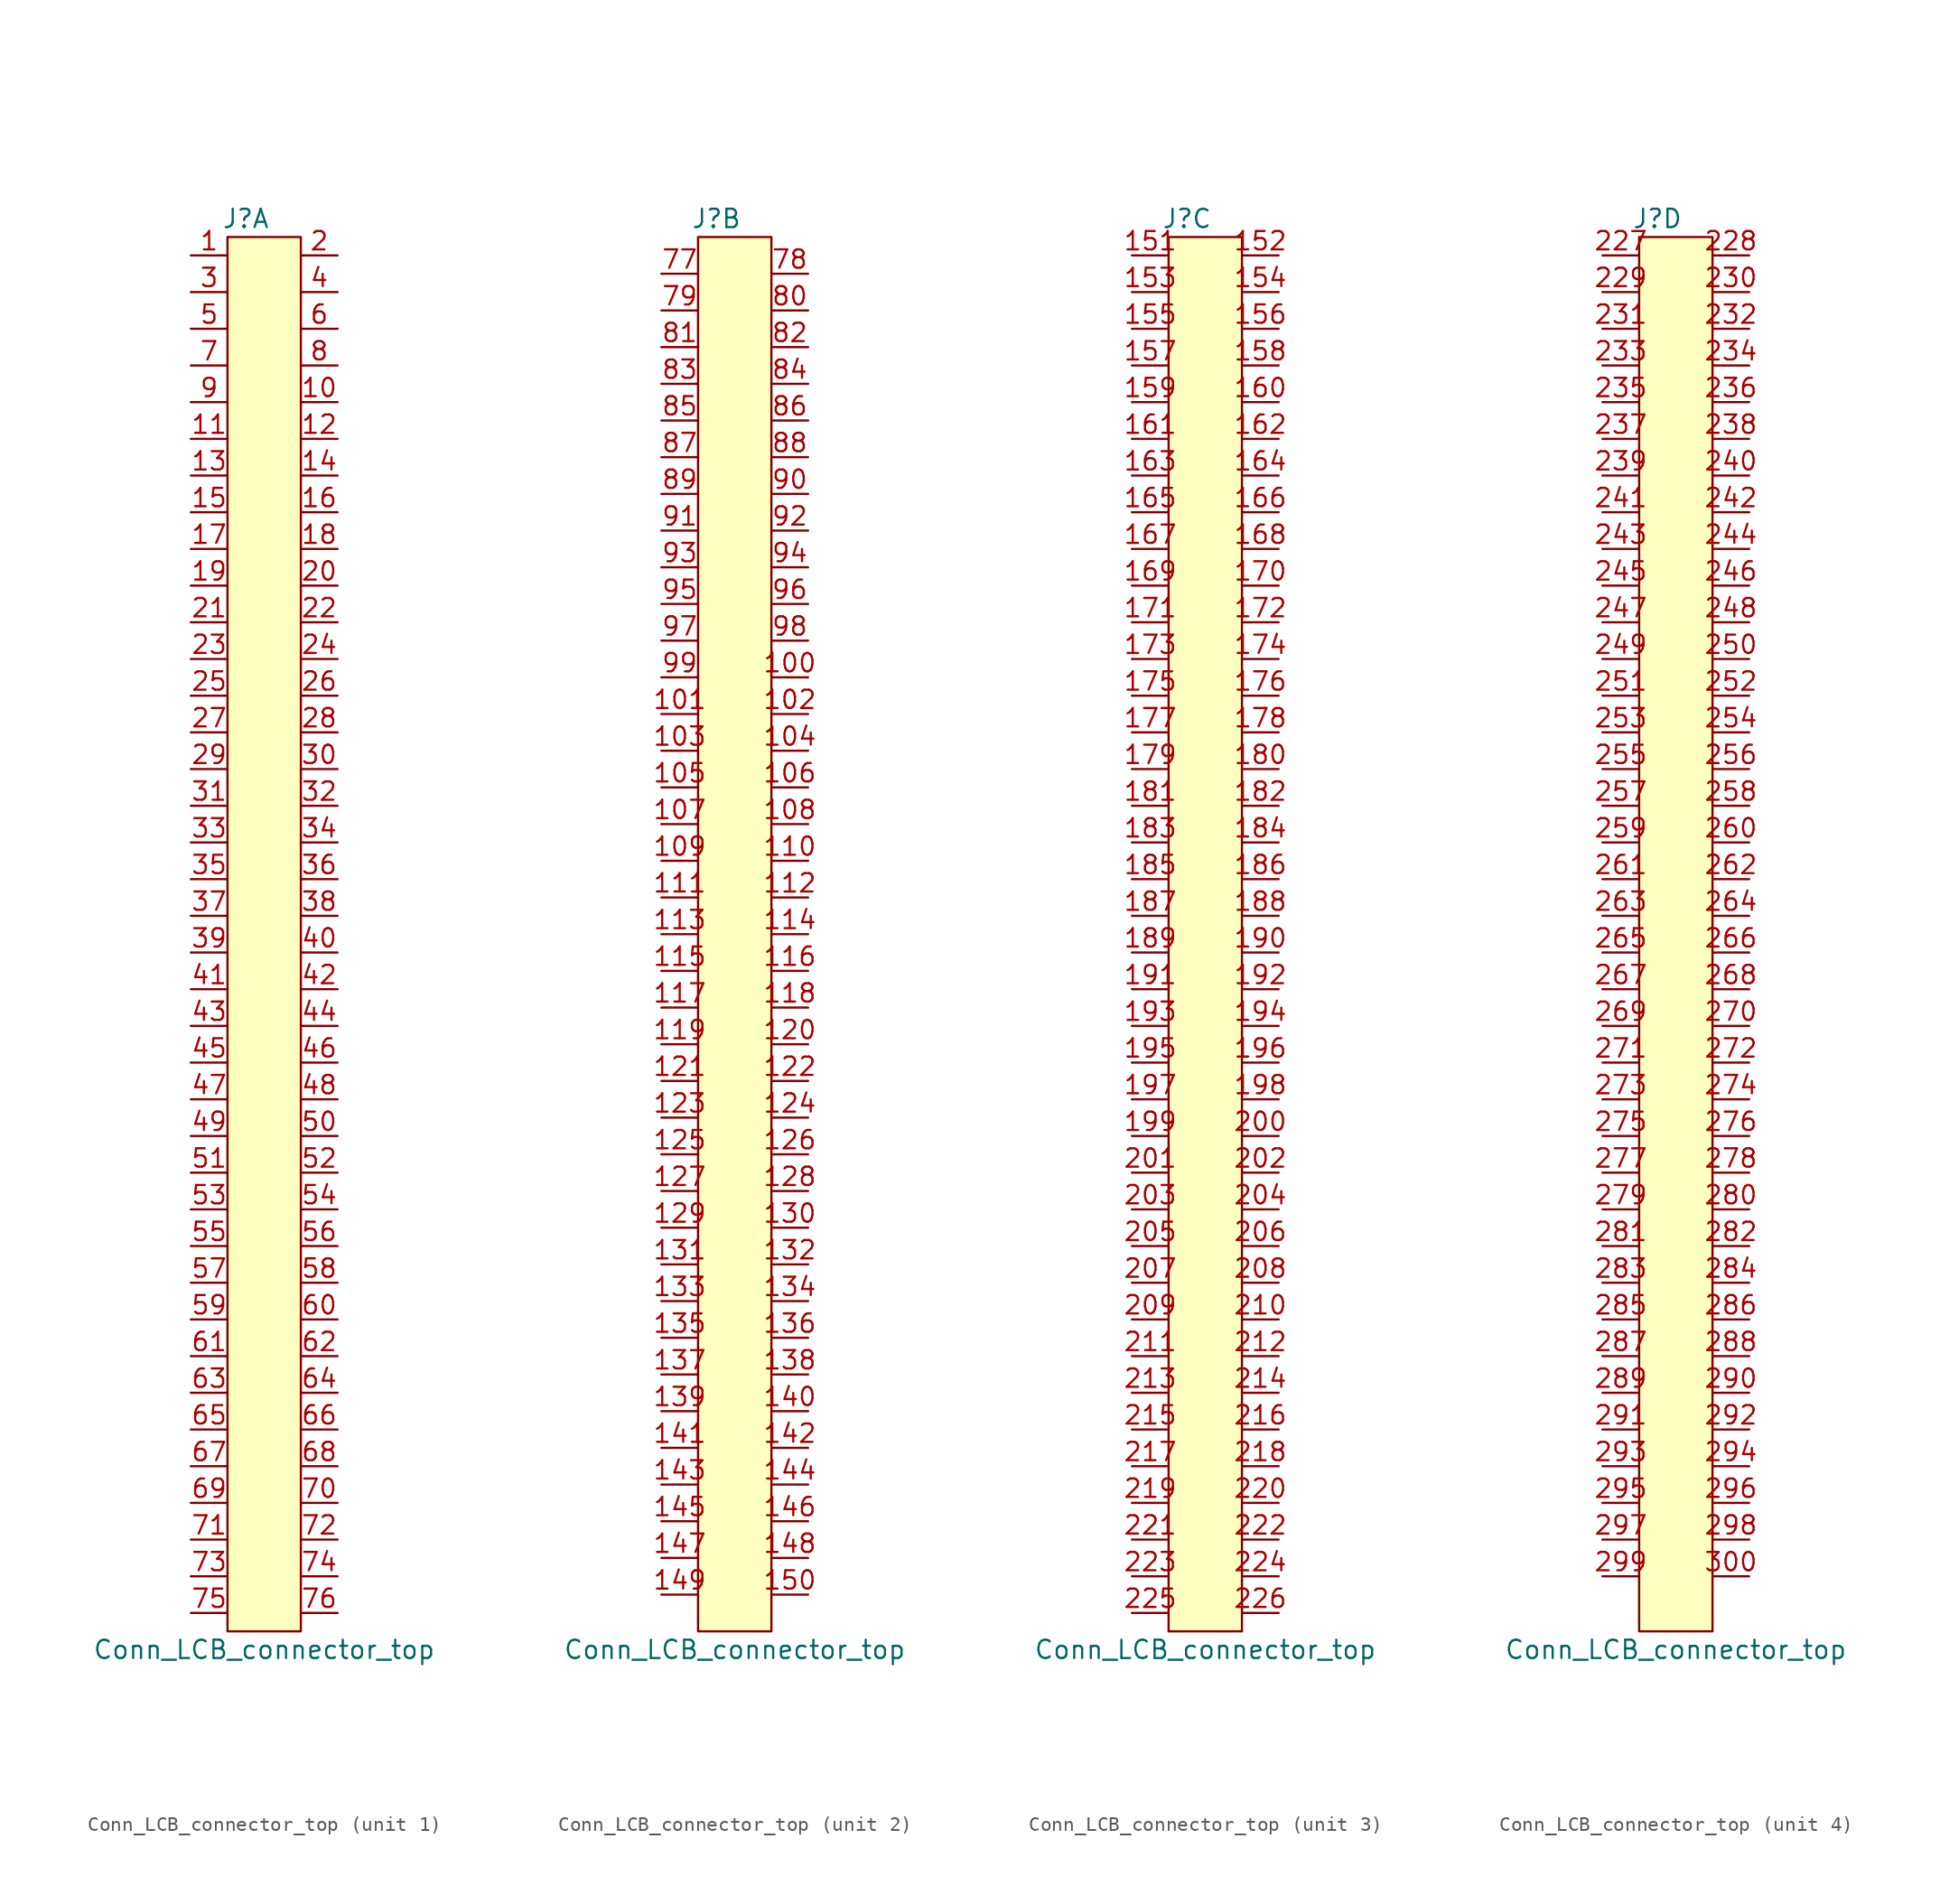
<source format=kicad_sym>
(kicad_symbol_lib
  (version 20211014)
  (generator kicad_symbol_editor)
  (symbol "Conn_LCB_connector_top"
    (pin_names hide)
    (property "Reference" "J"
      (at -1.27 50.8 0)
      (effects (font (size 1.27 1.27))))
    (property "Value" "Conn_LCB_connector_top"
      (at 0 -48.26 0)
      (effects (font (size 1.27 1.27))))
    (property "ki_locked" ""
      (at 0 0 0)
      (effects (font (size 1.27 1.27))))
    (symbol "Conn_LCB_connector_top_1_1"
      (rectangle (start -2.54 49.53) (end 2.54 -46.99) (stroke (width 0) (type default) (color 0 0 0 0)) (fill (type background)))
      (pin passive line (at -5.08 48.26 0) (length 2.54) (name "1" (effects (font (size 1.27 1.27)))) (number "1" (effects (font (size 1.27 1.27)))))
      (pin passive line (at 5.08 38.1 180) (length 2.54) (name "10" (effects (font (size 1.27 1.27)))) (number "10" (effects (font (size 1.27 1.27)))))
      (pin passive line (at -5.08 35.56 0) (length 2.54) (name "11" (effects (font (size 1.27 1.27)))) (number "11" (effects (font (size 1.27 1.27)))))
      (pin passive line (at 5.08 35.56 180) (length 2.54) (name "12" (effects (font (size 1.27 1.27)))) (number "12" (effects (font (size 1.27 1.27)))))
      (pin passive line (at -5.08 33.02 0) (length 2.54) (name "13" (effects (font (size 1.27 1.27)))) (number "13" (effects (font (size 1.27 1.27)))))
      (pin passive line (at 5.08 33.02 180) (length 2.54) (name "14" (effects (font (size 1.27 1.27)))) (number "14" (effects (font (size 1.27 1.27)))))
      (pin passive line (at -5.08 30.48 0) (length 2.54) (name "15" (effects (font (size 1.27 1.27)))) (number "15" (effects (font (size 1.27 1.27)))))
      (pin passive line (at 5.08 30.48 180) (length 2.54) (name "16" (effects (font (size 1.27 1.27)))) (number "16" (effects (font (size 1.27 1.27)))))
      (pin passive line (at -5.08 27.94 0) (length 2.54) (name "17" (effects (font (size 1.27 1.27)))) (number "17" (effects (font (size 1.27 1.27)))))
      (pin passive line (at 5.08 27.94 180) (length 2.54) (name "18" (effects (font (size 1.27 1.27)))) (number "18" (effects (font (size 1.27 1.27)))))
      (pin passive line (at -5.08 25.4 0) (length 2.54) (name "19" (effects (font (size 1.27 1.27)))) (number "19" (effects (font (size 1.27 1.27)))))
      (pin passive line (at 5.08 48.26 180) (length 2.54) (name "2" (effects (font (size 1.27 1.27)))) (number "2" (effects (font (size 1.27 1.27)))))
      (pin passive line (at 5.08 25.4 180) (length 2.54) (name "20" (effects (font (size 1.27 1.27)))) (number "20" (effects (font (size 1.27 1.27)))))
      (pin passive line (at -5.08 22.86 0) (length 2.54) (name "21" (effects (font (size 1.27 1.27)))) (number "21" (effects (font (size 1.27 1.27)))))
      (pin passive line (at 5.08 22.86 180) (length 2.54) (name "22" (effects (font (size 1.27 1.27)))) (number "22" (effects (font (size 1.27 1.27)))))
      (pin passive line (at -5.08 20.32 0) (length 2.54) (name "23" (effects (font (size 1.27 1.27)))) (number "23" (effects (font (size 1.27 1.27)))))
      (pin passive line (at 5.08 20.32 180) (length 2.54) (name "24" (effects (font (size 1.27 1.27)))) (number "24" (effects (font (size 1.27 1.27)))))
      (pin passive line (at -5.08 17.78 0) (length 2.54) (name "25" (effects (font (size 1.27 1.27)))) (number "25" (effects (font (size 1.27 1.27)))))
      (pin passive line (at 5.08 17.78 180) (length 2.54) (name "26" (effects (font (size 1.27 1.27)))) (number "26" (effects (font (size 1.27 1.27)))))
      (pin passive line (at -5.08 15.24 0) (length 2.54) (name "27" (effects (font (size 1.27 1.27)))) (number "27" (effects (font (size 1.27 1.27)))))
      (pin passive line (at 5.08 15.24 180) (length 2.54) (name "28" (effects (font (size 1.27 1.27)))) (number "28" (effects (font (size 1.27 1.27)))))
      (pin passive line (at -5.08 12.7 0) (length 2.54) (name "29" (effects (font (size 1.27 1.27)))) (number "29" (effects (font (size 1.27 1.27)))))
      (pin passive line (at -5.08 45.72 0) (length 2.54) (name "3" (effects (font (size 1.27 1.27)))) (number "3" (effects (font (size 1.27 1.27)))))
      (pin passive line (at 5.08 12.7 180) (length 2.54) (name "30" (effects (font (size 1.27 1.27)))) (number "30" (effects (font (size 1.27 1.27)))))
      (pin passive line (at -5.08 10.16 0) (length 2.54) (name "31" (effects (font (size 1.27 1.27)))) (number "31" (effects (font (size 1.27 1.27)))))
      (pin passive line (at 5.08 10.16 180) (length 2.54) (name "32" (effects (font (size 1.27 1.27)))) (number "32" (effects (font (size 1.27 1.27)))))
      (pin passive line (at -5.08 7.62 0) (length 2.54) (name "33" (effects (font (size 1.27 1.27)))) (number "33" (effects (font (size 1.27 1.27)))))
      (pin passive line (at 5.08 7.62 180) (length 2.54) (name "34" (effects (font (size 1.27 1.27)))) (number "34" (effects (font (size 1.27 1.27)))))
      (pin passive line (at -5.08 5.08 0) (length 2.54) (name "35" (effects (font (size 1.27 1.27)))) (number "35" (effects (font (size 1.27 1.27)))))
      (pin passive line (at 5.08 5.08 180) (length 2.54) (name "36" (effects (font (size 1.27 1.27)))) (number "36" (effects (font (size 1.27 1.27)))))
      (pin passive line (at -5.08 2.54 0) (length 2.54) (name "37" (effects (font (size 1.27 1.27)))) (number "37" (effects (font (size 1.27 1.27)))))
      (pin passive line (at 5.08 2.54 180) (length 2.54) (name "38" (effects (font (size 1.27 1.27)))) (number "38" (effects (font (size 1.27 1.27)))))
      (pin passive line (at -5.08 0 0) (length 2.54) (name "39" (effects (font (size 1.27 1.27)))) (number "39" (effects (font (size 1.27 1.27)))))
      (pin passive line (at 5.08 45.72 180) (length 2.54) (name "4" (effects (font (size 1.27 1.27)))) (number "4" (effects (font (size 1.27 1.27)))))
      (pin passive line (at 5.08 0 180) (length 2.54) (name "40" (effects (font (size 1.27 1.27)))) (number "40" (effects (font (size 1.27 1.27)))))
      (pin passive line (at -5.08 -2.54 0) (length 2.54) (name "41" (effects (font (size 1.27 1.27)))) (number "41" (effects (font (size 1.27 1.27)))))
      (pin passive line (at 5.08 -2.54 180) (length 2.54) (name "42" (effects (font (size 1.27 1.27)))) (number "42" (effects (font (size 1.27 1.27)))))
      (pin passive line (at -5.08 -5.08 0) (length 2.54) (name "43" (effects (font (size 1.27 1.27)))) (number "43" (effects (font (size 1.27 1.27)))))
      (pin passive line (at 5.08 -5.08 180) (length 2.54) (name "44" (effects (font (size 1.27 1.27)))) (number "44" (effects (font (size 1.27 1.27)))))
      (pin passive line (at -5.08 -7.62 0) (length 2.54) (name "45" (effects (font (size 1.27 1.27)))) (number "45" (effects (font (size 1.27 1.27)))))
      (pin passive line (at 5.08 -7.62 180) (length 2.54) (name "46" (effects (font (size 1.27 1.27)))) (number "46" (effects (font (size 1.27 1.27)))))
      (pin passive line (at -5.08 -10.16 0) (length 2.54) (name "47" (effects (font (size 1.27 1.27)))) (number "47" (effects (font (size 1.27 1.27)))))
      (pin passive line (at 5.08 -10.16 180) (length 2.54) (name "48" (effects (font (size 1.27 1.27)))) (number "48" (effects (font (size 1.27 1.27)))))
      (pin passive line (at -5.08 -12.7 0) (length 2.54) (name "49" (effects (font (size 1.27 1.27)))) (number "49" (effects (font (size 1.27 1.27)))))
      (pin passive line (at -5.08 43.18 0) (length 2.54) (name "5" (effects (font (size 1.27 1.27)))) (number "5" (effects (font (size 1.27 1.27)))))
      (pin passive line (at 5.08 -12.7 180) (length 2.54) (name "50" (effects (font (size 1.27 1.27)))) (number "50" (effects (font (size 1.27 1.27)))))
      (pin passive line (at -5.08 -15.24 0) (length 2.54) (name "51" (effects (font (size 1.27 1.27)))) (number "51" (effects (font (size 1.27 1.27)))))
      (pin passive line (at 5.08 -15.24 180) (length 2.54) (name "52" (effects (font (size 1.27 1.27)))) (number "52" (effects (font (size 1.27 1.27)))))
      (pin passive line (at -5.08 -17.78 0) (length 2.54) (name "53" (effects (font (size 1.27 1.27)))) (number "53" (effects (font (size 1.27 1.27)))))
      (pin passive line (at 5.08 -17.78 180) (length 2.54) (name "54" (effects (font (size 1.27 1.27)))) (number "54" (effects (font (size 1.27 1.27)))))
      (pin passive line (at -5.08 -20.32 0) (length 2.54) (name "55" (effects (font (size 1.27 1.27)))) (number "55" (effects (font (size 1.27 1.27)))))
      (pin passive line (at 5.08 -20.32 180) (length 2.54) (name "56" (effects (font (size 1.27 1.27)))) (number "56" (effects (font (size 1.27 1.27)))))
      (pin passive line (at -5.08 -22.86 0) (length 2.54) (name "57" (effects (font (size 1.27 1.27)))) (number "57" (effects (font (size 1.27 1.27)))))
      (pin passive line (at 5.08 -22.86 180) (length 2.54) (name "58" (effects (font (size 1.27 1.27)))) (number "58" (effects (font (size 1.27 1.27)))))
      (pin passive line (at -5.08 -25.4 0) (length 2.54) (name "59" (effects (font (size 1.27 1.27)))) (number "59" (effects (font (size 1.27 1.27)))))
      (pin passive line (at 5.08 43.18 180) (length 2.54) (name "6" (effects (font (size 1.27 1.27)))) (number "6" (effects (font (size 1.27 1.27)))))
      (pin passive line (at 5.08 -25.4 180) (length 2.54) (name "60" (effects (font (size 1.27 1.27)))) (number "60" (effects (font (size 1.27 1.27)))))
      (pin passive line (at -5.08 -27.94 0) (length 2.54) (name "61" (effects (font (size 1.27 1.27)))) (number "61" (effects (font (size 1.27 1.27)))))
      (pin passive line (at 5.08 -27.94 180) (length 2.54) (name "62" (effects (font (size 1.27 1.27)))) (number "62" (effects (font (size 1.27 1.27)))))
      (pin passive line (at -5.08 -30.48 0) (length 2.54) (name "63" (effects (font (size 1.27 1.27)))) (number "63" (effects (font (size 1.27 1.27)))))
      (pin passive line (at 5.08 -30.48 180) (length 2.54) (name "64" (effects (font (size 1.27 1.27)))) (number "64" (effects (font (size 1.27 1.27)))))
      (pin passive line (at -5.08 -33.02 0) (length 2.54) (name "65" (effects (font (size 1.27 1.27)))) (number "65" (effects (font (size 1.27 1.27)))))
      (pin passive line (at 5.08 -33.02 180) (length 2.54) (name "66" (effects (font (size 1.27 1.27)))) (number "66" (effects (font (size 1.27 1.27)))))
      (pin passive line (at -5.08 -35.56 0) (length 2.54) (name "67" (effects (font (size 1.27 1.27)))) (number "67" (effects (font (size 1.27 1.27)))))
      (pin passive line (at 5.08 -35.56 180) (length 2.54) (name "68" (effects (font (size 1.27 1.27)))) (number "68" (effects (font (size 1.27 1.27)))))
      (pin passive line (at -5.08 -38.1 0) (length 2.54) (name "69" (effects (font (size 1.27 1.27)))) (number "69" (effects (font (size 1.27 1.27)))))
      (pin passive line (at -5.08 40.64 0) (length 2.54) (name "7" (effects (font (size 1.27 1.27)))) (number "7" (effects (font (size 1.27 1.27)))))
      (pin passive line (at 5.08 -38.1 180) (length 2.54) (name "70" (effects (font (size 1.27 1.27)))) (number "70" (effects (font (size 1.27 1.27)))))
      (pin passive line (at -5.08 -40.64 0) (length 2.54) (name "71" (effects (font (size 1.27 1.27)))) (number "71" (effects (font (size 1.27 1.27)))))
      (pin passive line (at 5.08 -40.64 180) (length 2.54) (name "72" (effects (font (size 1.27 1.27)))) (number "72" (effects (font (size 1.27 1.27)))))
      (pin passive line (at -5.08 -43.18 0) (length 2.54) (name "73" (effects (font (size 1.27 1.27)))) (number "73" (effects (font (size 1.27 1.27)))))
      (pin passive line (at 5.08 -43.18 180) (length 2.54) (name "74" (effects (font (size 1.27 1.27)))) (number "74" (effects (font (size 1.27 1.27)))))
      (pin passive line (at -5.08 -45.72 0) (length 2.54) (name "75" (effects (font (size 1.27 1.27)))) (number "75" (effects (font (size 1.27 1.27)))))
      (pin passive line (at 5.08 -45.72 180) (length 2.54) (name "76" (effects (font (size 1.27 1.27)))) (number "76" (effects (font (size 1.27 1.27)))))
      (pin passive line (at 5.08 40.64 180) (length 2.54) (name "8" (effects (font (size 1.27 1.27)))) (number "8" (effects (font (size 1.27 1.27)))))
      (pin passive line (at -5.08 38.1 0) (length 2.54) (name "9" (effects (font (size 1.27 1.27)))) (number "9" (effects (font (size 1.27 1.27))))))
    (symbol "Conn_LCB_connector_top_2_1"
      (rectangle (start -2.54 49.53) (end 2.54 -46.99) (stroke (width 0) (type default) (color 0 0 0 0)) (fill (type background)))
      (pin passive line (at 5.08 19.05 180) (length 2.54) (name "100" (effects (font (size 1.27 1.27)))) (number "100" (effects (font (size 1.27 1.27)))))
      (pin passive line (at -5.08 16.51 0) (length 2.54) (name "101" (effects (font (size 1.27 1.27)))) (number "101" (effects (font (size 1.27 1.27)))))
      (pin passive line (at 5.08 16.51 180) (length 2.54) (name "102" (effects (font (size 1.27 1.27)))) (number "102" (effects (font (size 1.27 1.27)))))
      (pin passive line (at -5.08 13.97 0) (length 2.54) (name "103" (effects (font (size 1.27 1.27)))) (number "103" (effects (font (size 1.27 1.27)))))
      (pin passive line (at 5.08 13.97 180) (length 2.54) (name "104" (effects (font (size 1.27 1.27)))) (number "104" (effects (font (size 1.27 1.27)))))
      (pin passive line (at -5.08 11.43 0) (length 2.54) (name "105" (effects (font (size 1.27 1.27)))) (number "105" (effects (font (size 1.27 1.27)))))
      (pin passive line (at 5.08 11.43 180) (length 2.54) (name "106" (effects (font (size 1.27 1.27)))) (number "106" (effects (font (size 1.27 1.27)))))
      (pin passive line (at -5.08 8.89 0) (length 2.54) (name "107" (effects (font (size 1.27 1.27)))) (number "107" (effects (font (size 1.27 1.27)))))
      (pin passive line (at 5.08 8.89 180) (length 2.54) (name "108" (effects (font (size 1.27 1.27)))) (number "108" (effects (font (size 1.27 1.27)))))
      (pin passive line (at -5.08 6.35 0) (length 2.54) (name "109" (effects (font (size 1.27 1.27)))) (number "109" (effects (font (size 1.27 1.27)))))
      (pin passive line (at 5.08 6.35 180) (length 2.54) (name "110" (effects (font (size 1.27 1.27)))) (number "110" (effects (font (size 1.27 1.27)))))
      (pin passive line (at -5.08 3.81 0) (length 2.54) (name "111" (effects (font (size 1.27 1.27)))) (number "111" (effects (font (size 1.27 1.27)))))
      (pin passive line (at 5.08 3.81 180) (length 2.54) (name "112" (effects (font (size 1.27 1.27)))) (number "112" (effects (font (size 1.27 1.27)))))
      (pin passive line (at -5.08 1.27 0) (length 2.54) (name "113" (effects (font (size 1.27 1.27)))) (number "113" (effects (font (size 1.27 1.27)))))
      (pin passive line (at 5.08 1.27 180) (length 2.54) (name "114" (effects (font (size 1.27 1.27)))) (number "114" (effects (font (size 1.27 1.27)))))
      (pin passive line (at -5.08 -1.27 0) (length 2.54) (name "115" (effects (font (size 1.27 1.27)))) (number "115" (effects (font (size 1.27 1.27)))))
      (pin passive line (at 5.08 -1.27 180) (length 2.54) (name "116" (effects (font (size 1.27 1.27)))) (number "116" (effects (font (size 1.27 1.27)))))
      (pin passive line (at -5.08 -3.81 0) (length 2.54) (name "117" (effects (font (size 1.27 1.27)))) (number "117" (effects (font (size 1.27 1.27)))))
      (pin passive line (at 5.08 -3.81 180) (length 2.54) (name "118" (effects (font (size 1.27 1.27)))) (number "118" (effects (font (size 1.27 1.27)))))
      (pin passive line (at -5.08 -6.35 0) (length 2.54) (name "119" (effects (font (size 1.27 1.27)))) (number "119" (effects (font (size 1.27 1.27)))))
      (pin passive line (at 5.08 -6.35 180) (length 2.54) (name "120" (effects (font (size 1.27 1.27)))) (number "120" (effects (font (size 1.27 1.27)))))
      (pin passive line (at -5.08 -8.89 0) (length 2.54) (name "121" (effects (font (size 1.27 1.27)))) (number "121" (effects (font (size 1.27 1.27)))))
      (pin passive line (at 5.08 -8.89 180) (length 2.54) (name "122" (effects (font (size 1.27 1.27)))) (number "122" (effects (font (size 1.27 1.27)))))
      (pin passive line (at -5.08 -11.43 0) (length 2.54) (name "123" (effects (font (size 1.27 1.27)))) (number "123" (effects (font (size 1.27 1.27)))))
      (pin passive line (at 5.08 -11.43 180) (length 2.54) (name "124" (effects (font (size 1.27 1.27)))) (number "124" (effects (font (size 1.27 1.27)))))
      (pin passive line (at -5.08 -13.97 0) (length 2.54) (name "125" (effects (font (size 1.27 1.27)))) (number "125" (effects (font (size 1.27 1.27)))))
      (pin passive line (at 5.08 -13.97 180) (length 2.54) (name "126" (effects (font (size 1.27 1.27)))) (number "126" (effects (font (size 1.27 1.27)))))
      (pin passive line (at -5.08 -16.51 0) (length 2.54) (name "127" (effects (font (size 1.27 1.27)))) (number "127" (effects (font (size 1.27 1.27)))))
      (pin passive line (at 5.08 -16.51 180) (length 2.54) (name "128" (effects (font (size 1.27 1.27)))) (number "128" (effects (font (size 1.27 1.27)))))
      (pin passive line (at -5.08 -19.05 0) (length 2.54) (name "129" (effects (font (size 1.27 1.27)))) (number "129" (effects (font (size 1.27 1.27)))))
      (pin passive line (at 5.08 -19.05 180) (length 2.54) (name "130" (effects (font (size 1.27 1.27)))) (number "130" (effects (font (size 1.27 1.27)))))
      (pin passive line (at -5.08 -21.59 0) (length 2.54) (name "131" (effects (font (size 1.27 1.27)))) (number "131" (effects (font (size 1.27 1.27)))))
      (pin passive line (at 5.08 -21.59 180) (length 2.54) (name "132" (effects (font (size 1.27 1.27)))) (number "132" (effects (font (size 1.27 1.27)))))
      (pin passive line (at -5.08 -24.13 0) (length 2.54) (name "133" (effects (font (size 1.27 1.27)))) (number "133" (effects (font (size 1.27 1.27)))))
      (pin passive line (at 5.08 -24.13 180) (length 2.54) (name "134" (effects (font (size 1.27 1.27)))) (number "134" (effects (font (size 1.27 1.27)))))
      (pin passive line (at -5.08 -26.67 0) (length 2.54) (name "135" (effects (font (size 1.27 1.27)))) (number "135" (effects (font (size 1.27 1.27)))))
      (pin passive line (at 5.08 -26.67 180) (length 2.54) (name "136" (effects (font (size 1.27 1.27)))) (number "136" (effects (font (size 1.27 1.27)))))
      (pin passive line (at -5.08 -29.21 0) (length 2.54) (name "137" (effects (font (size 1.27 1.27)))) (number "137" (effects (font (size 1.27 1.27)))))
      (pin passive line (at 5.08 -29.21 180) (length 2.54) (name "138" (effects (font (size 1.27 1.27)))) (number "138" (effects (font (size 1.27 1.27)))))
      (pin passive line (at -5.08 -31.75 0) (length 2.54) (name "139" (effects (font (size 1.27 1.27)))) (number "139" (effects (font (size 1.27 1.27)))))
      (pin passive line (at 5.08 -31.75 180) (length 2.54) (name "140" (effects (font (size 1.27 1.27)))) (number "140" (effects (font (size 1.27 1.27)))))
      (pin passive line (at -5.08 -34.29 0) (length 2.54) (name "141" (effects (font (size 1.27 1.27)))) (number "141" (effects (font (size 1.27 1.27)))))
      (pin passive line (at 5.08 -34.29 180) (length 2.54) (name "142" (effects (font (size 1.27 1.27)))) (number "142" (effects (font (size 1.27 1.27)))))
      (pin passive line (at -5.08 -36.83 0) (length 2.54) (name "143" (effects (font (size 1.27 1.27)))) (number "143" (effects (font (size 1.27 1.27)))))
      (pin passive line (at 5.08 -36.83 180) (length 2.54) (name "144" (effects (font (size 1.27 1.27)))) (number "144" (effects (font (size 1.27 1.27)))))
      (pin passive line (at -5.08 -39.37 0) (length 2.54) (name "145" (effects (font (size 1.27 1.27)))) (number "145" (effects (font (size 1.27 1.27)))))
      (pin passive line (at 5.08 -39.37 180) (length 2.54) (name "146" (effects (font (size 1.27 1.27)))) (number "146" (effects (font (size 1.27 1.27)))))
      (pin passive line (at -5.08 -41.91 0) (length 2.54) (name "147" (effects (font (size 1.27 1.27)))) (number "147" (effects (font (size 1.27 1.27)))))
      (pin passive line (at 5.08 -41.91 180) (length 2.54) (name "148" (effects (font (size 1.27 1.27)))) (number "148" (effects (font (size 1.27 1.27)))))
      (pin passive line (at -5.08 -44.45 0) (length 2.54) (name "149" (effects (font (size 1.27 1.27)))) (number "149" (effects (font (size 1.27 1.27)))))
      (pin passive line (at 5.08 -44.45 180) (length 2.54) (name "150" (effects (font (size 1.27 1.27)))) (number "150" (effects (font (size 1.27 1.27)))))
      (pin passive line (at -5.08 46.99 0) (length 2.54) (name "77" (effects (font (size 1.27 1.27)))) (number "77" (effects (font (size 1.27 1.27)))))
      (pin passive line (at 5.08 46.99 180) (length 2.54) (name "78" (effects (font (size 1.27 1.27)))) (number "78" (effects (font (size 1.27 1.27)))))
      (pin passive line (at -5.08 44.45 0) (length 2.54) (name "79" (effects (font (size 1.27 1.27)))) (number "79" (effects (font (size 1.27 1.27)))))
      (pin passive line (at 5.08 44.45 180) (length 2.54) (name "80" (effects (font (size 1.27 1.27)))) (number "80" (effects (font (size 1.27 1.27)))))
      (pin passive line (at -5.08 41.91 0) (length 2.54) (name "81" (effects (font (size 1.27 1.27)))) (number "81" (effects (font (size 1.27 1.27)))))
      (pin passive line (at 5.08 41.91 180) (length 2.54) (name "82" (effects (font (size 1.27 1.27)))) (number "82" (effects (font (size 1.27 1.27)))))
      (pin passive line (at -5.08 39.37 0) (length 2.54) (name "83" (effects (font (size 1.27 1.27)))) (number "83" (effects (font (size 1.27 1.27)))))
      (pin passive line (at 5.08 39.37 180) (length 2.54) (name "84" (effects (font (size 1.27 1.27)))) (number "84" (effects (font (size 1.27 1.27)))))
      (pin passive line (at -5.08 36.83 0) (length 2.54) (name "85" (effects (font (size 1.27 1.27)))) (number "85" (effects (font (size 1.27 1.27)))))
      (pin passive line (at 5.08 36.83 180) (length 2.54) (name "86" (effects (font (size 1.27 1.27)))) (number "86" (effects (font (size 1.27 1.27)))))
      (pin passive line (at -5.08 34.29 0) (length 2.54) (name "87" (effects (font (size 1.27 1.27)))) (number "87" (effects (font (size 1.27 1.27)))))
      (pin passive line (at 5.08 34.29 180) (length 2.54) (name "88" (effects (font (size 1.27 1.27)))) (number "88" (effects (font (size 1.27 1.27)))))
      (pin passive line (at -5.08 31.75 0) (length 2.54) (name "89" (effects (font (size 1.27 1.27)))) (number "89" (effects (font (size 1.27 1.27)))))
      (pin passive line (at 5.08 31.75 180) (length 2.54) (name "90" (effects (font (size 1.27 1.27)))) (number "90" (effects (font (size 1.27 1.27)))))
      (pin passive line (at -5.08 29.21 0) (length 2.54) (name "91" (effects (font (size 1.27 1.27)))) (number "91" (effects (font (size 1.27 1.27)))))
      (pin passive line (at 5.08 29.21 180) (length 2.54) (name "92" (effects (font (size 1.27 1.27)))) (number "92" (effects (font (size 1.27 1.27)))))
      (pin passive line (at -5.08 26.67 0) (length 2.54) (name "93" (effects (font (size 1.27 1.27)))) (number "93" (effects (font (size 1.27 1.27)))))
      (pin passive line (at 5.08 26.67 180) (length 2.54) (name "94" (effects (font (size 1.27 1.27)))) (number "94" (effects (font (size 1.27 1.27)))))
      (pin passive line (at -5.08 24.13 0) (length 2.54) (name "95" (effects (font (size 1.27 1.27)))) (number "95" (effects (font (size 1.27 1.27)))))
      (pin passive line (at 5.08 24.13 180) (length 2.54) (name "96" (effects (font (size 1.27 1.27)))) (number "96" (effects (font (size 1.27 1.27)))))
      (pin passive line (at -5.08 21.59 0) (length 2.54) (name "97" (effects (font (size 1.27 1.27)))) (number "97" (effects (font (size 1.27 1.27)))))
      (pin passive line (at 5.08 21.59 180) (length 2.54) (name "98" (effects (font (size 1.27 1.27)))) (number "98" (effects (font (size 1.27 1.27)))))
      (pin passive line (at -5.08 19.05 0) (length 2.54) (name "99" (effects (font (size 1.27 1.27)))) (number "99" (effects (font (size 1.27 1.27))))))
    (symbol "Conn_LCB_connector_top_3_1"
      (rectangle (start -2.54 49.53) (end 2.54 -46.99) (stroke (width 0) (type default) (color 0 0 0 0)) (fill (type background)))
      (pin passive line (at -5.08 48.26 0) (length 2.54) (name "151" (effects (font (size 1.27 1.27)))) (number "151" (effects (font (size 1.27 1.27)))))
      (pin passive line (at 5.08 48.26 180) (length 2.54) (name "152" (effects (font (size 1.27 1.27)))) (number "152" (effects (font (size 1.27 1.27)))))
      (pin passive line (at -5.08 45.72 0) (length 2.54) (name "153" (effects (font (size 1.27 1.27)))) (number "153" (effects (font (size 1.27 1.27)))))
      (pin passive line (at 5.08 45.72 180) (length 2.54) (name "154" (effects (font (size 1.27 1.27)))) (number "154" (effects (font (size 1.27 1.27)))))
      (pin passive line (at -5.08 43.18 0) (length 2.54) (name "155" (effects (font (size 1.27 1.27)))) (number "155" (effects (font (size 1.27 1.27)))))
      (pin passive line (at 5.08 43.18 180) (length 2.54) (name "156" (effects (font (size 1.27 1.27)))) (number "156" (effects (font (size 1.27 1.27)))))
      (pin passive line (at -5.08 40.64 0) (length 2.54) (name "157" (effects (font (size 1.27 1.27)))) (number "157" (effects (font (size 1.27 1.27)))))
      (pin passive line (at 5.08 40.64 180) (length 2.54) (name "158" (effects (font (size 1.27 1.27)))) (number "158" (effects (font (size 1.27 1.27)))))
      (pin passive line (at -5.08 38.1 0) (length 2.54) (name "159" (effects (font (size 1.27 1.27)))) (number "159" (effects (font (size 1.27 1.27)))))
      (pin passive line (at 5.08 38.1 180) (length 2.54) (name "160" (effects (font (size 1.27 1.27)))) (number "160" (effects (font (size 1.27 1.27)))))
      (pin passive line (at -5.08 35.56 0) (length 2.54) (name "161" (effects (font (size 1.27 1.27)))) (number "161" (effects (font (size 1.27 1.27)))))
      (pin passive line (at 5.08 35.56 180) (length 2.54) (name "162" (effects (font (size 1.27 1.27)))) (number "162" (effects (font (size 1.27 1.27)))))
      (pin passive line (at -5.08 33.02 0) (length 2.54) (name "163" (effects (font (size 1.27 1.27)))) (number "163" (effects (font (size 1.27 1.27)))))
      (pin passive line (at 5.08 33.02 180) (length 2.54) (name "164" (effects (font (size 1.27 1.27)))) (number "164" (effects (font (size 1.27 1.27)))))
      (pin passive line (at -5.08 30.48 0) (length 2.54) (name "165" (effects (font (size 1.27 1.27)))) (number "165" (effects (font (size 1.27 1.27)))))
      (pin passive line (at 5.08 30.48 180) (length 2.54) (name "166" (effects (font (size 1.27 1.27)))) (number "166" (effects (font (size 1.27 1.27)))))
      (pin passive line (at -5.08 27.94 0) (length 2.54) (name "167" (effects (font (size 1.27 1.27)))) (number "167" (effects (font (size 1.27 1.27)))))
      (pin passive line (at 5.08 27.94 180) (length 2.54) (name "168" (effects (font (size 1.27 1.27)))) (number "168" (effects (font (size 1.27 1.27)))))
      (pin passive line (at -5.08 25.4 0) (length 2.54) (name "169" (effects (font (size 1.27 1.27)))) (number "169" (effects (font (size 1.27 1.27)))))
      (pin passive line (at 5.08 25.4 180) (length 2.54) (name "170" (effects (font (size 1.27 1.27)))) (number "170" (effects (font (size 1.27 1.27)))))
      (pin passive line (at -5.08 22.86 0) (length 2.54) (name "171" (effects (font (size 1.27 1.27)))) (number "171" (effects (font (size 1.27 1.27)))))
      (pin passive line (at 5.08 22.86 180) (length 2.54) (name "172" (effects (font (size 1.27 1.27)))) (number "172" (effects (font (size 1.27 1.27)))))
      (pin passive line (at -5.08 20.32 0) (length 2.54) (name "173" (effects (font (size 1.27 1.27)))) (number "173" (effects (font (size 1.27 1.27)))))
      (pin passive line (at 5.08 20.32 180) (length 2.54) (name "174" (effects (font (size 1.27 1.27)))) (number "174" (effects (font (size 1.27 1.27)))))
      (pin passive line (at -5.08 17.78 0) (length 2.54) (name "175" (effects (font (size 1.27 1.27)))) (number "175" (effects (font (size 1.27 1.27)))))
      (pin passive line (at 5.08 17.78 180) (length 2.54) (name "176" (effects (font (size 1.27 1.27)))) (number "176" (effects (font (size 1.27 1.27)))))
      (pin passive line (at -5.08 15.24 0) (length 2.54) (name "177" (effects (font (size 1.27 1.27)))) (number "177" (effects (font (size 1.27 1.27)))))
      (pin passive line (at 5.08 15.24 180) (length 2.54) (name "178" (effects (font (size 1.27 1.27)))) (number "178" (effects (font (size 1.27 1.27)))))
      (pin passive line (at -5.08 12.7 0) (length 2.54) (name "179" (effects (font (size 1.27 1.27)))) (number "179" (effects (font (size 1.27 1.27)))))
      (pin passive line (at 5.08 12.7 180) (length 2.54) (name "180" (effects (font (size 1.27 1.27)))) (number "180" (effects (font (size 1.27 1.27)))))
      (pin passive line (at -5.08 10.16 0) (length 2.54) (name "181" (effects (font (size 1.27 1.27)))) (number "181" (effects (font (size 1.27 1.27)))))
      (pin passive line (at 5.08 10.16 180) (length 2.54) (name "182" (effects (font (size 1.27 1.27)))) (number "182" (effects (font (size 1.27 1.27)))))
      (pin passive line (at -5.08 7.62 0) (length 2.54) (name "183" (effects (font (size 1.27 1.27)))) (number "183" (effects (font (size 1.27 1.27)))))
      (pin passive line (at 5.08 7.62 180) (length 2.54) (name "184" (effects (font (size 1.27 1.27)))) (number "184" (effects (font (size 1.27 1.27)))))
      (pin passive line (at -5.08 5.08 0) (length 2.54) (name "185" (effects (font (size 1.27 1.27)))) (number "185" (effects (font (size 1.27 1.27)))))
      (pin passive line (at 5.08 5.08 180) (length 2.54) (name "186" (effects (font (size 1.27 1.27)))) (number "186" (effects (font (size 1.27 1.27)))))
      (pin passive line (at -5.08 2.54 0) (length 2.54) (name "187" (effects (font (size 1.27 1.27)))) (number "187" (effects (font (size 1.27 1.27)))))
      (pin passive line (at 5.08 2.54 180) (length 2.54) (name "188" (effects (font (size 1.27 1.27)))) (number "188" (effects (font (size 1.27 1.27)))))
      (pin passive line (at -5.08 0 0) (length 2.54) (name "189" (effects (font (size 1.27 1.27)))) (number "189" (effects (font (size 1.27 1.27)))))
      (pin passive line (at 5.08 0 180) (length 2.54) (name "190" (effects (font (size 1.27 1.27)))) (number "190" (effects (font (size 1.27 1.27)))))
      (pin passive line (at -5.08 -2.54 0) (length 2.54) (name "191" (effects (font (size 1.27 1.27)))) (number "191" (effects (font (size 1.27 1.27)))))
      (pin passive line (at 5.08 -2.54 180) (length 2.54) (name "192" (effects (font (size 1.27 1.27)))) (number "192" (effects (font (size 1.27 1.27)))))
      (pin passive line (at -5.08 -5.08 0) (length 2.54) (name "193" (effects (font (size 1.27 1.27)))) (number "193" (effects (font (size 1.27 1.27)))))
      (pin passive line (at 5.08 -5.08 180) (length 2.54) (name "194" (effects (font (size 1.27 1.27)))) (number "194" (effects (font (size 1.27 1.27)))))
      (pin passive line (at -5.08 -7.62 0) (length 2.54) (name "195" (effects (font (size 1.27 1.27)))) (number "195" (effects (font (size 1.27 1.27)))))
      (pin passive line (at 5.08 -7.62 180) (length 2.54) (name "196" (effects (font (size 1.27 1.27)))) (number "196" (effects (font (size 1.27 1.27)))))
      (pin passive line (at -5.08 -10.16 0) (length 2.54) (name "197" (effects (font (size 1.27 1.27)))) (number "197" (effects (font (size 1.27 1.27)))))
      (pin passive line (at 5.08 -10.16 180) (length 2.54) (name "198" (effects (font (size 1.27 1.27)))) (number "198" (effects (font (size 1.27 1.27)))))
      (pin passive line (at -5.08 -12.7 0) (length 2.54) (name "199" (effects (font (size 1.27 1.27)))) (number "199" (effects (font (size 1.27 1.27)))))
      (pin passive line (at 5.08 -12.7 180) (length 2.54) (name "200" (effects (font (size 1.27 1.27)))) (number "200" (effects (font (size 1.27 1.27)))))
      (pin passive line (at -5.08 -15.24 0) (length 2.54) (name "201" (effects (font (size 1.27 1.27)))) (number "201" (effects (font (size 1.27 1.27)))))
      (pin passive line (at 5.08 -15.24 180) (length 2.54) (name "202" (effects (font (size 1.27 1.27)))) (number "202" (effects (font (size 1.27 1.27)))))
      (pin passive line (at -5.08 -17.78 0) (length 2.54) (name "203" (effects (font (size 1.27 1.27)))) (number "203" (effects (font (size 1.27 1.27)))))
      (pin passive line (at 5.08 -17.78 180) (length 2.54) (name "204" (effects (font (size 1.27 1.27)))) (number "204" (effects (font (size 1.27 1.27)))))
      (pin passive line (at -5.08 -20.32 0) (length 2.54) (name "205" (effects (font (size 1.27 1.27)))) (number "205" (effects (font (size 1.27 1.27)))))
      (pin passive line (at 5.08 -20.32 180) (length 2.54) (name "206" (effects (font (size 1.27 1.27)))) (number "206" (effects (font (size 1.27 1.27)))))
      (pin passive line (at -5.08 -22.86 0) (length 2.54) (name "207" (effects (font (size 1.27 1.27)))) (number "207" (effects (font (size 1.27 1.27)))))
      (pin passive line (at 5.08 -22.86 180) (length 2.54) (name "208" (effects (font (size 1.27 1.27)))) (number "208" (effects (font (size 1.27 1.27)))))
      (pin passive line (at -5.08 -25.4 0) (length 2.54) (name "209" (effects (font (size 1.27 1.27)))) (number "209" (effects (font (size 1.27 1.27)))))
      (pin passive line (at 5.08 -25.4 180) (length 2.54) (name "210" (effects (font (size 1.27 1.27)))) (number "210" (effects (font (size 1.27 1.27)))))
      (pin passive line (at -5.08 -27.94 0) (length 2.54) (name "211" (effects (font (size 1.27 1.27)))) (number "211" (effects (font (size 1.27 1.27)))))
      (pin passive line (at 5.08 -27.94 180) (length 2.54) (name "212" (effects (font (size 1.27 1.27)))) (number "212" (effects (font (size 1.27 1.27)))))
      (pin passive line (at -5.08 -30.48 0) (length 2.54) (name "213" (effects (font (size 1.27 1.27)))) (number "213" (effects (font (size 1.27 1.27)))))
      (pin passive line (at 5.08 -30.48 180) (length 2.54) (name "214" (effects (font (size 1.27 1.27)))) (number "214" (effects (font (size 1.27 1.27)))))
      (pin passive line (at -5.08 -33.02 0) (length 2.54) (name "215" (effects (font (size 1.27 1.27)))) (number "215" (effects (font (size 1.27 1.27)))))
      (pin passive line (at 5.08 -33.02 180) (length 2.54) (name "216" (effects (font (size 1.27 1.27)))) (number "216" (effects (font (size 1.27 1.27)))))
      (pin passive line (at -5.08 -35.56 0) (length 2.54) (name "217" (effects (font (size 1.27 1.27)))) (number "217" (effects (font (size 1.27 1.27)))))
      (pin passive line (at 5.08 -35.56 180) (length 2.54) (name "218" (effects (font (size 1.27 1.27)))) (number "218" (effects (font (size 1.27 1.27)))))
      (pin passive line (at -5.08 -38.1 0) (length 2.54) (name "219" (effects (font (size 1.27 1.27)))) (number "219" (effects (font (size 1.27 1.27)))))
      (pin passive line (at 5.08 -38.1 180) (length 2.54) (name "220" (effects (font (size 1.27 1.27)))) (number "220" (effects (font (size 1.27 1.27)))))
      (pin passive line (at -5.08 -40.64 0) (length 2.54) (name "221" (effects (font (size 1.27 1.27)))) (number "221" (effects (font (size 1.27 1.27)))))
      (pin passive line (at 5.08 -40.64 180) (length 2.54) (name "222" (effects (font (size 1.27 1.27)))) (number "222" (effects (font (size 1.27 1.27)))))
      (pin passive line (at -5.08 -43.18 0) (length 2.54) (name "223" (effects (font (size 1.27 1.27)))) (number "223" (effects (font (size 1.27 1.27)))))
      (pin passive line (at 5.08 -43.18 180) (length 2.54) (name "224" (effects (font (size 1.27 1.27)))) (number "224" (effects (font (size 1.27 1.27)))))
      (pin passive line (at -5.08 -45.72 0) (length 2.54) (name "225" (effects (font (size 1.27 1.27)))) (number "225" (effects (font (size 1.27 1.27)))))
      (pin passive line (at 5.08 -45.72 180) (length 2.54) (name "226" (effects (font (size 1.27 1.27)))) (number "226" (effects (font (size 1.27 1.27))))))
    (symbol "Conn_LCB_connector_top_4_1"
      (rectangle (start -2.54 49.53) (end 2.54 -46.99) (stroke (width 0) (type default) (color 0 0 0 0)) (fill (type background)))
      (pin passive line (at -5.08 48.26 0) (length 2.54) (name "227" (effects (font (size 1.27 1.27)))) (number "227" (effects (font (size 1.27 1.27)))))
      (pin passive line (at 5.08 48.26 180) (length 2.54) (name "228" (effects (font (size 1.27 1.27)))) (number "228" (effects (font (size 1.27 1.27)))))
      (pin passive line (at -5.08 45.72 0) (length 2.54) (name "229" (effects (font (size 1.27 1.27)))) (number "229" (effects (font (size 1.27 1.27)))))
      (pin passive line (at 5.08 45.72 180) (length 2.54) (name "230" (effects (font (size 1.27 1.27)))) (number "230" (effects (font (size 1.27 1.27)))))
      (pin passive line (at -5.08 43.18 0) (length 2.54) (name "231" (effects (font (size 1.27 1.27)))) (number "231" (effects (font (size 1.27 1.27)))))
      (pin passive line (at 5.08 43.18 180) (length 2.54) (name "232" (effects (font (size 1.27 1.27)))) (number "232" (effects (font (size 1.27 1.27)))))
      (pin passive line (at -5.08 40.64 0) (length 2.54) (name "233" (effects (font (size 1.27 1.27)))) (number "233" (effects (font (size 1.27 1.27)))))
      (pin passive line (at 5.08 40.64 180) (length 2.54) (name "234" (effects (font (size 1.27 1.27)))) (number "234" (effects (font (size 1.27 1.27)))))
      (pin passive line (at -5.08 38.1 0) (length 2.54) (name "235" (effects (font (size 1.27 1.27)))) (number "235" (effects (font (size 1.27 1.27)))))
      (pin passive line (at 5.08 38.1 180) (length 2.54) (name "236" (effects (font (size 1.27 1.27)))) (number "236" (effects (font (size 1.27 1.27)))))
      (pin passive line (at -5.08 35.56 0) (length 2.54) (name "237" (effects (font (size 1.27 1.27)))) (number "237" (effects (font (size 1.27 1.27)))))
      (pin passive line (at 5.08 35.56 180) (length 2.54) (name "238" (effects (font (size 1.27 1.27)))) (number "238" (effects (font (size 1.27 1.27)))))
      (pin passive line (at -5.08 33.02 0) (length 2.54) (name "239" (effects (font (size 1.27 1.27)))) (number "239" (effects (font (size 1.27 1.27)))))
      (pin passive line (at 5.08 33.02 180) (length 2.54) (name "240" (effects (font (size 1.27 1.27)))) (number "240" (effects (font (size 1.27 1.27)))))
      (pin passive line (at -5.08 30.48 0) (length 2.54) (name "241" (effects (font (size 1.27 1.27)))) (number "241" (effects (font (size 1.27 1.27)))))
      (pin passive line (at 5.08 30.48 180) (length 2.54) (name "242" (effects (font (size 1.27 1.27)))) (number "242" (effects (font (size 1.27 1.27)))))
      (pin passive line (at -5.08 27.94 0) (length 2.54) (name "243" (effects (font (size 1.27 1.27)))) (number "243" (effects (font (size 1.27 1.27)))))
      (pin passive line (at 5.08 27.94 180) (length 2.54) (name "244" (effects (font (size 1.27 1.27)))) (number "244" (effects (font (size 1.27 1.27)))))
      (pin passive line (at -5.08 25.4 0) (length 2.54) (name "245" (effects (font (size 1.27 1.27)))) (number "245" (effects (font (size 1.27 1.27)))))
      (pin passive line (at 5.08 25.4 180) (length 2.54) (name "246" (effects (font (size 1.27 1.27)))) (number "246" (effects (font (size 1.27 1.27)))))
      (pin passive line (at -5.08 22.86 0) (length 2.54) (name "247" (effects (font (size 1.27 1.27)))) (number "247" (effects (font (size 1.27 1.27)))))
      (pin passive line (at 5.08 22.86 180) (length 2.54) (name "248" (effects (font (size 1.27 1.27)))) (number "248" (effects (font (size 1.27 1.27)))))
      (pin passive line (at -5.08 20.32 0) (length 2.54) (name "249" (effects (font (size 1.27 1.27)))) (number "249" (effects (font (size 1.27 1.27)))))
      (pin passive line (at 5.08 20.32 180) (length 2.54) (name "250" (effects (font (size 1.27 1.27)))) (number "250" (effects (font (size 1.27 1.27)))))
      (pin passive line (at -5.08 17.78 0) (length 2.54) (name "251" (effects (font (size 1.27 1.27)))) (number "251" (effects (font (size 1.27 1.27)))))
      (pin passive line (at 5.08 17.78 180) (length 2.54) (name "252" (effects (font (size 1.27 1.27)))) (number "252" (effects (font (size 1.27 1.27)))))
      (pin passive line (at -5.08 15.24 0) (length 2.54) (name "253" (effects (font (size 1.27 1.27)))) (number "253" (effects (font (size 1.27 1.27)))))
      (pin passive line (at 5.08 15.24 180) (length 2.54) (name "254" (effects (font (size 1.27 1.27)))) (number "254" (effects (font (size 1.27 1.27)))))
      (pin passive line (at -5.08 12.7 0) (length 2.54) (name "255" (effects (font (size 1.27 1.27)))) (number "255" (effects (font (size 1.27 1.27)))))
      (pin passive line (at 5.08 12.7 180) (length 2.54) (name "256" (effects (font (size 1.27 1.27)))) (number "256" (effects (font (size 1.27 1.27)))))
      (pin passive line (at -5.08 10.16 0) (length 2.54) (name "257" (effects (font (size 1.27 1.27)))) (number "257" (effects (font (size 1.27 1.27)))))
      (pin passive line (at 5.08 10.16 180) (length 2.54) (name "258" (effects (font (size 1.27 1.27)))) (number "258" (effects (font (size 1.27 1.27)))))
      (pin passive line (at -5.08 7.62 0) (length 2.54) (name "259" (effects (font (size 1.27 1.27)))) (number "259" (effects (font (size 1.27 1.27)))))
      (pin passive line (at 5.08 7.62 180) (length 2.54) (name "260" (effects (font (size 1.27 1.27)))) (number "260" (effects (font (size 1.27 1.27)))))
      (pin passive line (at -5.08 5.08 0) (length 2.54) (name "261" (effects (font (size 1.27 1.27)))) (number "261" (effects (font (size 1.27 1.27)))))
      (pin passive line (at 5.08 5.08 180) (length 2.54) (name "262" (effects (font (size 1.27 1.27)))) (number "262" (effects (font (size 1.27 1.27)))))
      (pin passive line (at -5.08 2.54 0) (length 2.54) (name "263" (effects (font (size 1.27 1.27)))) (number "263" (effects (font (size 1.27 1.27)))))
      (pin passive line (at 5.08 2.54 180) (length 2.54) (name "264" (effects (font (size 1.27 1.27)))) (number "264" (effects (font (size 1.27 1.27)))))
      (pin passive line (at -5.08 0 0) (length 2.54) (name "265" (effects (font (size 1.27 1.27)))) (number "265" (effects (font (size 1.27 1.27)))))
      (pin passive line (at 5.08 0 180) (length 2.54) (name "266" (effects (font (size 1.27 1.27)))) (number "266" (effects (font (size 1.27 1.27)))))
      (pin passive line (at -5.08 -2.54 0) (length 2.54) (name "267" (effects (font (size 1.27 1.27)))) (number "267" (effects (font (size 1.27 1.27)))))
      (pin passive line (at 5.08 -2.54 180) (length 2.54) (name "268" (effects (font (size 1.27 1.27)))) (number "268" (effects (font (size 1.27 1.27)))))
      (pin passive line (at -5.08 -5.08 0) (length 2.54) (name "269" (effects (font (size 1.27 1.27)))) (number "269" (effects (font (size 1.27 1.27)))))
      (pin passive line (at 5.08 -5.08 180) (length 2.54) (name "270" (effects (font (size 1.27 1.27)))) (number "270" (effects (font (size 1.27 1.27)))))
      (pin passive line (at -5.08 -7.62 0) (length 2.54) (name "271" (effects (font (size 1.27 1.27)))) (number "271" (effects (font (size 1.27 1.27)))))
      (pin passive line (at 5.08 -7.62 180) (length 2.54) (name "272" (effects (font (size 1.27 1.27)))) (number "272" (effects (font (size 1.27 1.27)))))
      (pin passive line (at -5.08 -10.16 0) (length 2.54) (name "273" (effects (font (size 1.27 1.27)))) (number "273" (effects (font (size 1.27 1.27)))))
      (pin passive line (at 5.08 -10.16 180) (length 2.54) (name "274" (effects (font (size 1.27 1.27)))) (number "274" (effects (font (size 1.27 1.27)))))
      (pin passive line (at -5.08 -12.7 0) (length 2.54) (name "275" (effects (font (size 1.27 1.27)))) (number "275" (effects (font (size 1.27 1.27)))))
      (pin passive line (at 5.08 -12.7 180) (length 2.54) (name "276" (effects (font (size 1.27 1.27)))) (number "276" (effects (font (size 1.27 1.27)))))
      (pin passive line (at -5.08 -15.24 0) (length 2.54) (name "277" (effects (font (size 1.27 1.27)))) (number "277" (effects (font (size 1.27 1.27)))))
      (pin passive line (at 5.08 -15.24 180) (length 2.54) (name "278" (effects (font (size 1.27 1.27)))) (number "278" (effects (font (size 1.27 1.27)))))
      (pin passive line (at -5.08 -17.78 0) (length 2.54) (name "279" (effects (font (size 1.27 1.27)))) (number "279" (effects (font (size 1.27 1.27)))))
      (pin passive line (at 5.08 -17.78 180) (length 2.54) (name "280" (effects (font (size 1.27 1.27)))) (number "280" (effects (font (size 1.27 1.27)))))
      (pin passive line (at -5.08 -20.32 0) (length 2.54) (name "281" (effects (font (size 1.27 1.27)))) (number "281" (effects (font (size 1.27 1.27)))))
      (pin passive line (at 5.08 -20.32 180) (length 2.54) (name "282" (effects (font (size 1.27 1.27)))) (number "282" (effects (font (size 1.27 1.27)))))
      (pin passive line (at -5.08 -22.86 0) (length 2.54) (name "283" (effects (font (size 1.27 1.27)))) (number "283" (effects (font (size 1.27 1.27)))))
      (pin passive line (at 5.08 -22.86 180) (length 2.54) (name "284" (effects (font (size 1.27 1.27)))) (number "284" (effects (font (size 1.27 1.27)))))
      (pin passive line (at -5.08 -25.4 0) (length 2.54) (name "285" (effects (font (size 1.27 1.27)))) (number "285" (effects (font (size 1.27 1.27)))))
      (pin passive line (at 5.08 -25.4 180) (length 2.54) (name "286" (effects (font (size 1.27 1.27)))) (number "286" (effects (font (size 1.27 1.27)))))
      (pin passive line (at -5.08 -27.94 0) (length 2.54) (name "287" (effects (font (size 1.27 1.27)))) (number "287" (effects (font (size 1.27 1.27)))))
      (pin passive line (at 5.08 -27.94 180) (length 2.54) (name "288" (effects (font (size 1.27 1.27)))) (number "288" (effects (font (size 1.27 1.27)))))
      (pin passive line (at -5.08 -30.48 0) (length 2.54) (name "289" (effects (font (size 1.27 1.27)))) (number "289" (effects (font (size 1.27 1.27)))))
      (pin passive line (at 5.08 -30.48 180) (length 2.54) (name "290" (effects (font (size 1.27 1.27)))) (number "290" (effects (font (size 1.27 1.27)))))
      (pin passive line (at -5.08 -33.02 0) (length 2.54) (name "291" (effects (font (size 1.27 1.27)))) (number "291" (effects (font (size 1.27 1.27)))))
      (pin passive line (at 5.08 -33.02 180) (length 2.54) (name "292" (effects (font (size 1.27 1.27)))) (number "292" (effects (font (size 1.27 1.27)))))
      (pin passive line (at -5.08 -35.56 0) (length 2.54) (name "293" (effects (font (size 1.27 1.27)))) (number "293" (effects (font (size 1.27 1.27)))))
      (pin passive line (at 5.08 -35.56 180) (length 2.54) (name "294" (effects (font (size 1.27 1.27)))) (number "294" (effects (font (size 1.27 1.27)))))
      (pin passive line (at -5.08 -38.1 0) (length 2.54) (name "295" (effects (font (size 1.27 1.27)))) (number "295" (effects (font (size 1.27 1.27)))))
      (pin passive line (at 5.08 -38.1 180) (length 2.54) (name "296" (effects (font (size 1.27 1.27)))) (number "296" (effects (font (size 1.27 1.27)))))
      (pin passive line (at -5.08 -40.64 0) (length 2.54) (name "297" (effects (font (size 1.27 1.27)))) (number "297" (effects (font (size 1.27 1.27)))))
      (pin passive line (at 5.08 -40.64 180) (length 2.54) (name "298" (effects (font (size 1.27 1.27)))) (number "298" (effects (font (size 1.27 1.27)))))
      (pin passive line (at -5.08 -43.18 0) (length 2.54) (name "299" (effects (font (size 1.27 1.27)))) (number "299" (effects (font (size 1.27 1.27)))))
      (pin passive line (at 5.08 -43.18 180) (length 2.54) (name "300" (effects (font (size 1.27 1.27)))) (number "300" (effects (font (size 1.27 1.27))))))))
</source>
